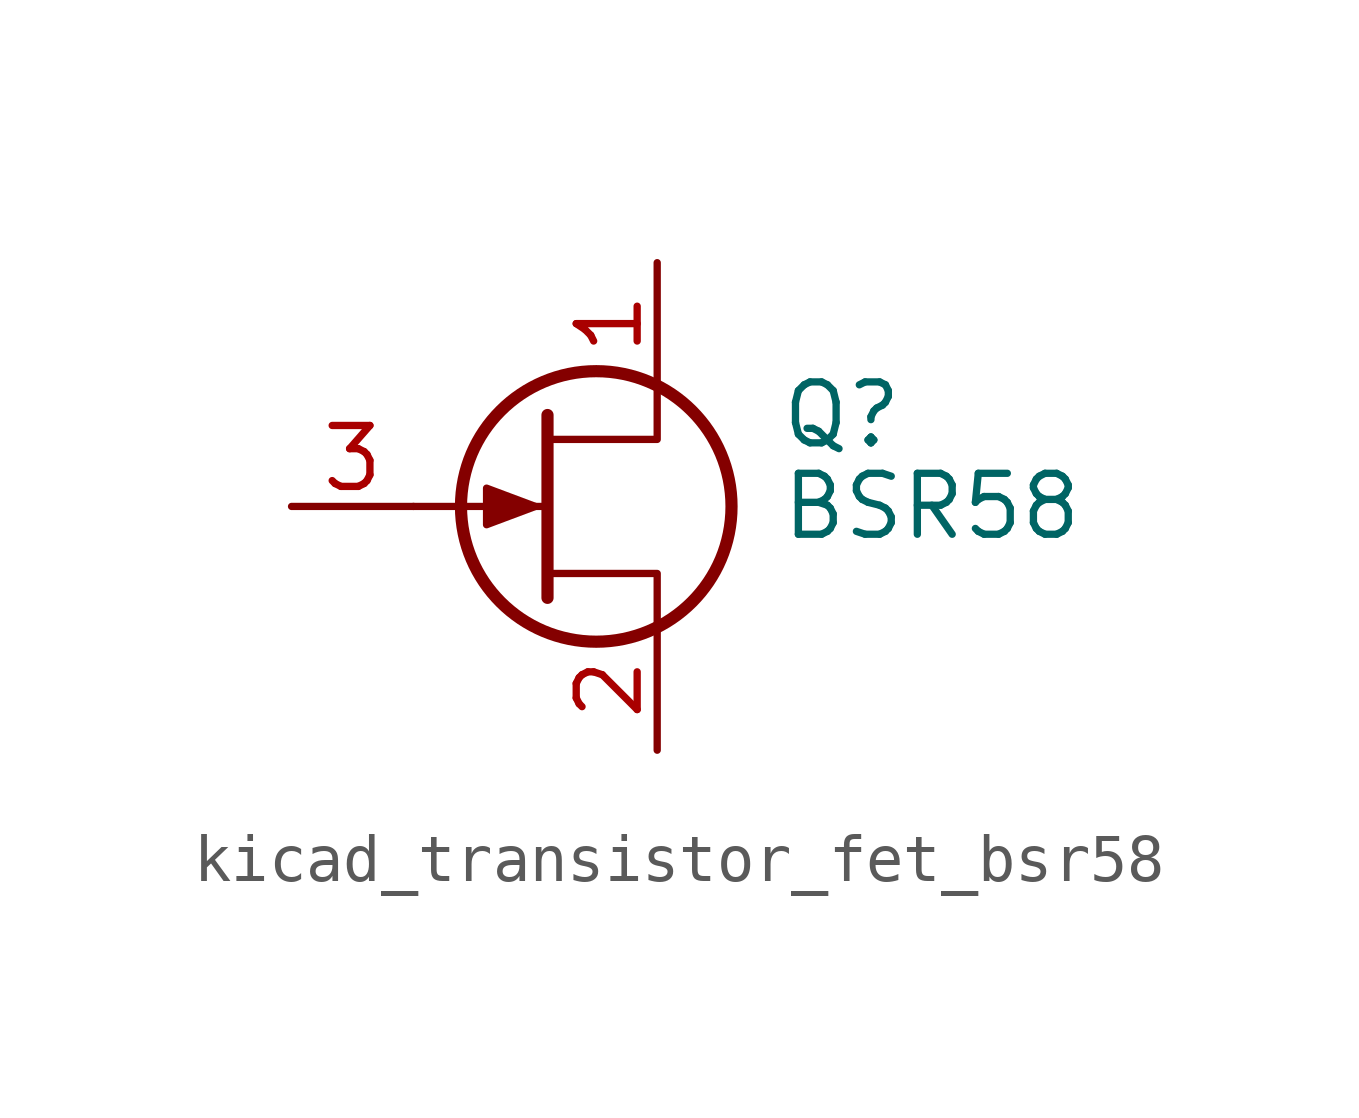
<source format=kicad_sym>
(kicad_symbol_lib
  (version 20220914)
  (generator kicad_symbol_editor)
  (symbol "kicad_transistor_fet_bsr58"
    (pin_names hide)
    (property "Reference" "Q"
      (at 5.08 1.905 0)
      (effects (font (size 1.27 1.27)) (justify left)))
    (property "Value" "BSR58"
      (at 5.08 0 0)
      (effects (font (size 1.27 1.27)) (justify left)))
    (symbol "kicad_transistor_fet_bsr58_0_1"
      (polyline (pts (xy 0.254 0) (xy -2.54 0)) (stroke (width 0) (type default)) (fill (type none)))
      (polyline (pts (xy 0.254 1.905) (xy 0.254 -1.905)) (stroke (width 0.254) (type default)) (fill (type none)))
      (polyline (pts (xy 2.54 -2.54) (xy 2.54 -1.397) (xy 0.254 -1.397)) (stroke (width 0) (type default)) (fill (type none)))
      (polyline (pts (xy 2.54 2.54) (xy 2.54 1.397) (xy 0.254 1.397)) (stroke (width 0) (type default)) (fill (type none)))
      (polyline (pts (xy 0 0) (xy -1.016 0.381) (xy -1.016 -0.381) (xy 0 0)) (stroke (width 0) (type default)) (fill (type outline)))
      (circle (center 1.27 0) (radius 2.819) (stroke (width 0.254) (type default)) (fill (type none))))
    (symbol "kicad_transistor_fet_bsr58_1_1"
      (pin passive line (at 2.54 5.08 270) (length 2.54) (name "D" (effects (font (size 1.27 1.27)))) (number "1" (effects (font (size 1.27 1.27)))))
      (pin passive line (at 2.54 -5.08 90) (length 2.54) (name "S" (effects (font (size 1.27 1.27)))) (number "2" (effects (font (size 1.27 1.27)))))
      (pin input line (at -5.08 0 0) (length 2.54) (name "G" (effects (font (size 1.27 1.27)))) (number "3" (effects (font (size 1.27 1.27))))))))
</source>
